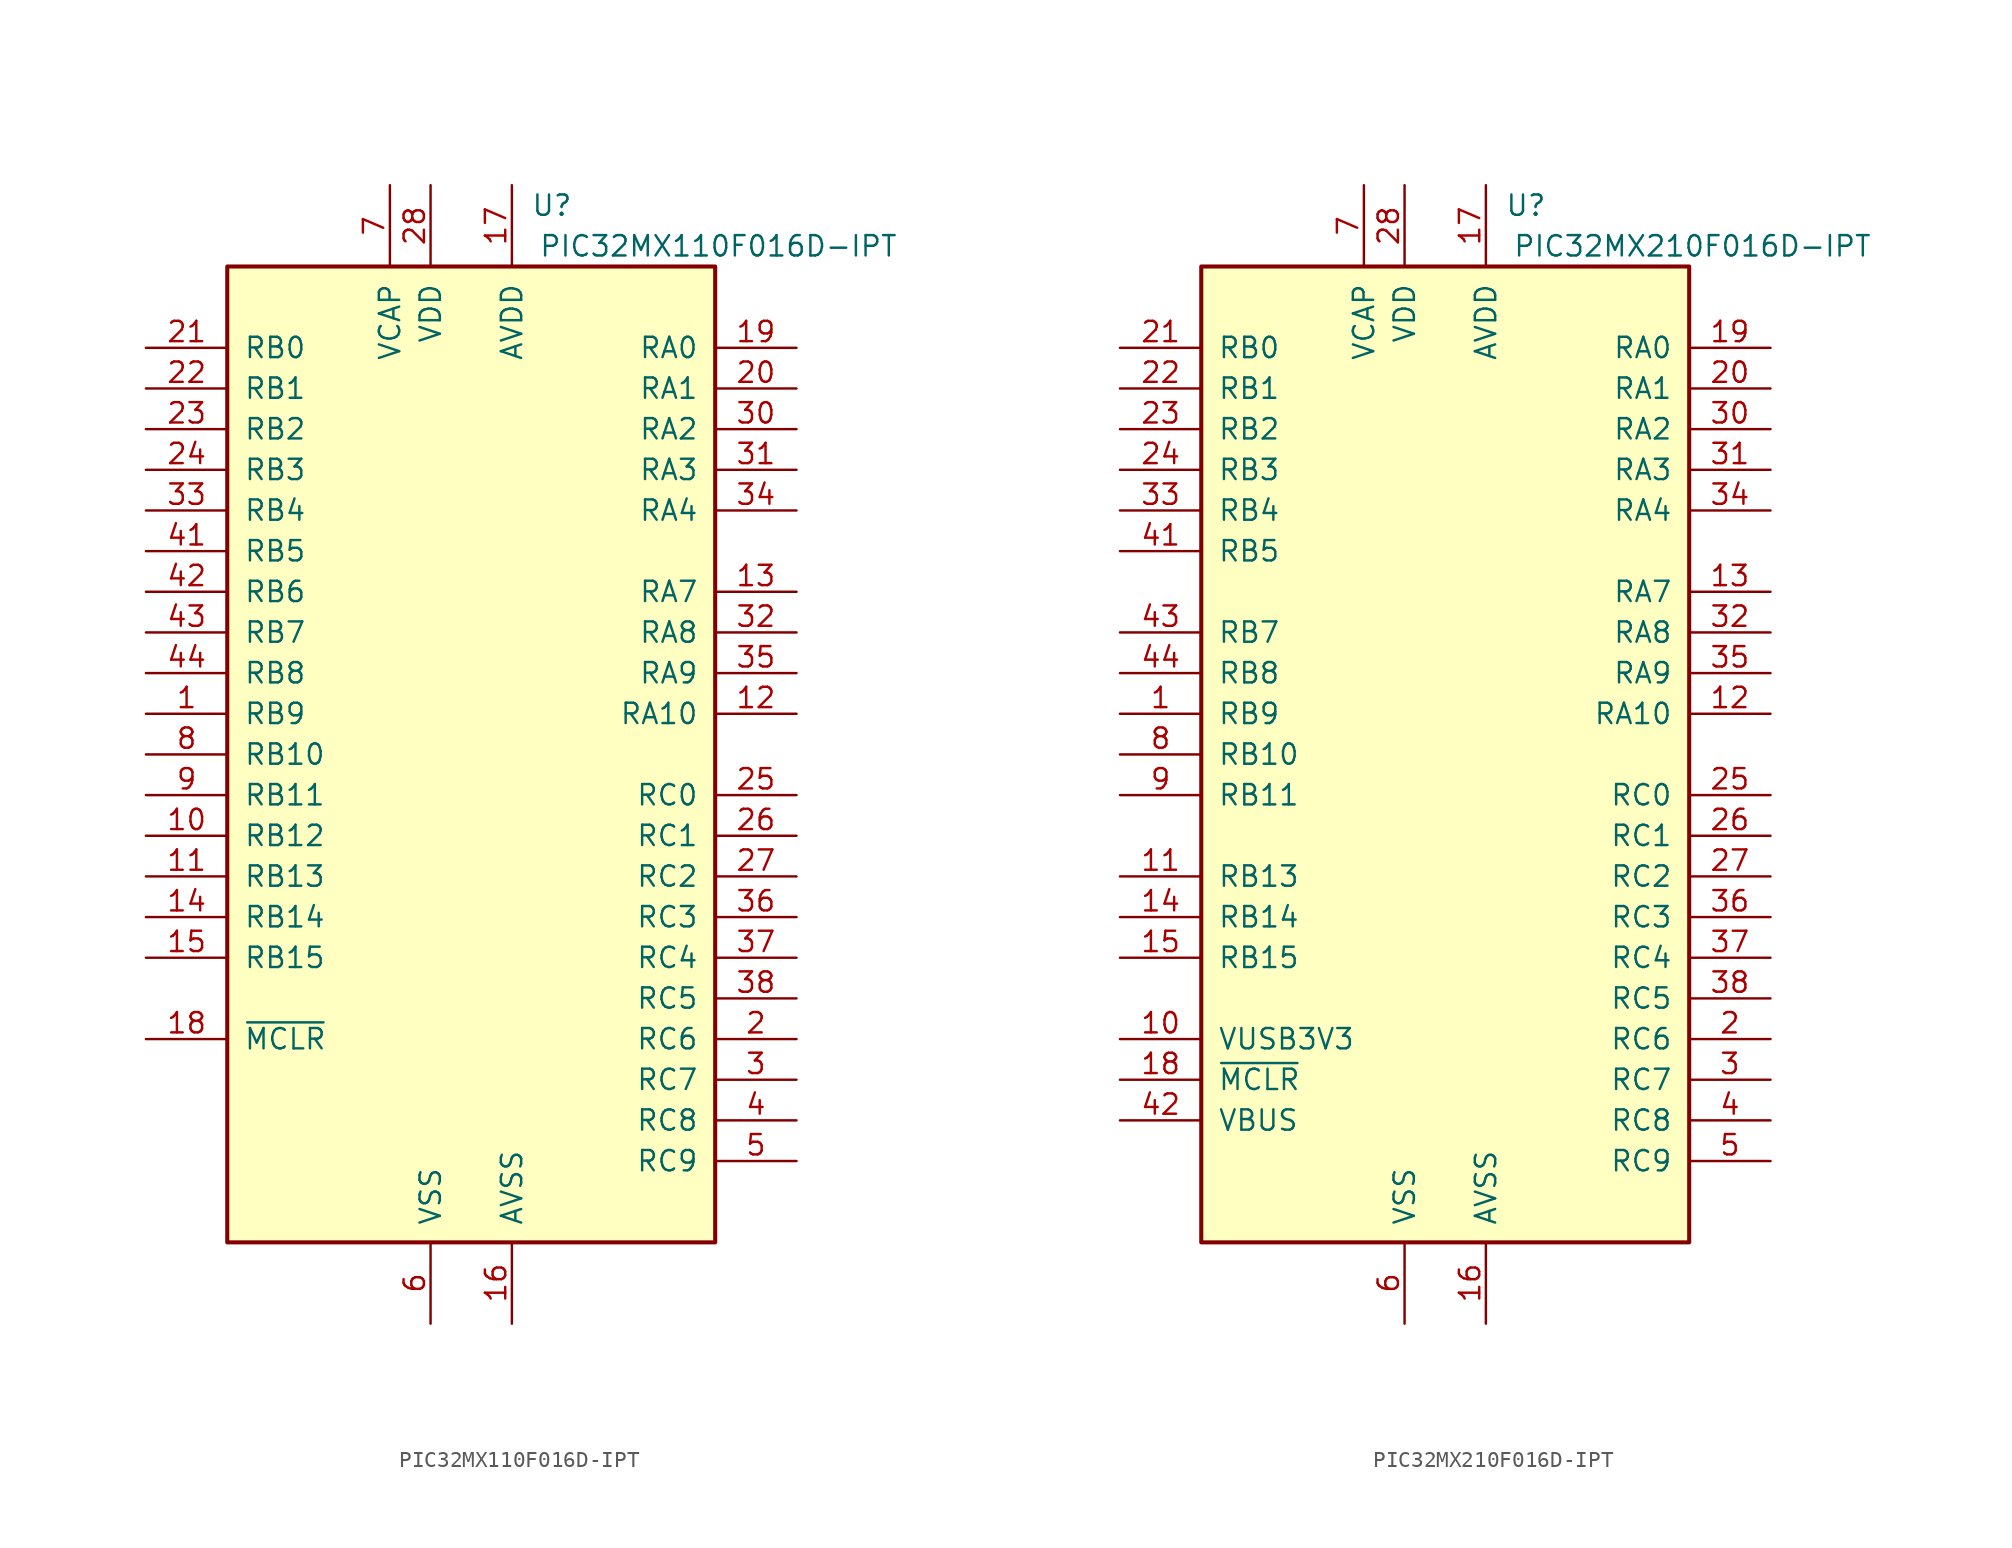
<source format=kicad_sym>
(kicad_symbol_lib
  (version 20211014)
  (generator kicad_symbol_editor)
  (symbol "PIC32MX110F016D-IPT"
    (pin_names
      (offset 1.016))
    (property "Reference" "U"
      (at 6.35 34.29 0)
      (effects (font (size 1.27 1.27)) (justify right)))
    (property "Value" "PIC32MX110F016D-IPT"
      (at 26.67 31.75 0)
      (effects (font (size 1.27 1.27)) (justify right)))
    (symbol "PIC32MX110F016D-IPT_0_1"
      (rectangle (start -15.24 30.48) (end 15.24 -30.48) (stroke (width 0.254) (type default) (color 0 0 0 0)) (fill (type background))))
    (symbol "PIC32MX110F016D-IPT_1_1"
      (pin bidirectional line (at -20.32 2.54 0) (length 5.08) (name "RB9" (effects (font (size 1.27 1.27)))) (number "1" (effects (font (size 1.27 1.27)))))
      (pin bidirectional line (at -20.32 -5.08 0) (length 5.08) (name "RB12" (effects (font (size 1.27 1.27)))) (number "10" (effects (font (size 1.27 1.27)))))
      (pin bidirectional line (at -20.32 -7.62 0) (length 5.08) (name "RB13" (effects (font (size 1.27 1.27)))) (number "11" (effects (font (size 1.27 1.27)))))
      (pin bidirectional line (at 20.32 2.54 180) (length 5.08) (name "RA10" (effects (font (size 1.27 1.27)))) (number "12" (effects (font (size 1.27 1.27)))))
      (pin bidirectional line (at 20.32 10.16 180) (length 5.08) (name "RA7" (effects (font (size 1.27 1.27)))) (number "13" (effects (font (size 1.27 1.27)))))
      (pin bidirectional line (at -20.32 -10.16 0) (length 5.08) (name "RB14" (effects (font (size 1.27 1.27)))) (number "14" (effects (font (size 1.27 1.27)))))
      (pin bidirectional line (at -20.32 -12.7 0) (length 5.08) (name "RB15" (effects (font (size 1.27 1.27)))) (number "15" (effects (font (size 1.27 1.27)))))
      (pin power_in line (at 2.54 -35.56 90) (length 5.08) (name "AVSS" (effects (font (size 1.27 1.27)))) (number "16" (effects (font (size 1.27 1.27)))))
      (pin power_in line (at 2.54 35.56 270) (length 5.08) (name "AVDD" (effects (font (size 1.27 1.27)))) (number "17" (effects (font (size 1.27 1.27)))))
      (pin input line (at -20.32 -17.78 0) (length 5.08) (name "~{MCLR}" (effects (font (size 1.27 1.27)))) (number "18" (effects (font (size 1.27 1.27)))))
      (pin input line (at 20.32 25.4 180) (length 5.08) (name "RA0" (effects (font (size 1.27 1.27)))) (number "19" (effects (font (size 1.27 1.27)))))
      (pin bidirectional line (at 20.32 -17.78 180) (length 5.08) (name "RC6" (effects (font (size 1.27 1.27)))) (number "2" (effects (font (size 1.27 1.27)))))
      (pin input line (at 20.32 22.86 180) (length 5.08) (name "RA1" (effects (font (size 1.27 1.27)))) (number "20" (effects (font (size 1.27 1.27)))))
      (pin input line (at -20.32 25.4 0) (length 5.08) (name "RB0" (effects (font (size 1.27 1.27)))) (number "21" (effects (font (size 1.27 1.27)))))
      (pin input line (at -20.32 22.86 0) (length 5.08) (name "RB1" (effects (font (size 1.27 1.27)))) (number "22" (effects (font (size 1.27 1.27)))))
      (pin input line (at -20.32 20.32 0) (length 5.08) (name "RB2" (effects (font (size 1.27 1.27)))) (number "23" (effects (font (size 1.27 1.27)))))
      (pin input line (at -20.32 17.78 0) (length 5.08) (name "RB3" (effects (font (size 1.27 1.27)))) (number "24" (effects (font (size 1.27 1.27)))))
      (pin input line (at 20.32 -2.54 180) (length 5.08) (name "RC0" (effects (font (size 1.27 1.27)))) (number "25" (effects (font (size 1.27 1.27)))))
      (pin input line (at 20.32 -5.08 180) (length 5.08) (name "RC1" (effects (font (size 1.27 1.27)))) (number "26" (effects (font (size 1.27 1.27)))))
      (pin input line (at 20.32 -7.62 180) (length 5.08) (name "RC2" (effects (font (size 1.27 1.27)))) (number "27" (effects (font (size 1.27 1.27)))))
      (pin power_in line (at -2.54 35.56 270) (length 5.08) (name "VDD" (effects (font (size 1.27 1.27)))) (number "28" (effects (font (size 1.27 1.27)))))
      (pin passive line (at -2.54 -35.56 90) (length 5.08) hide (name "VSS" (effects (font (size 1.27 1.27)))) (number "29" (effects (font (size 1.27 1.27)))))
      (pin bidirectional line (at 20.32 -20.32 180) (length 5.08) (name "RC7" (effects (font (size 1.27 1.27)))) (number "3" (effects (font (size 1.27 1.27)))))
      (pin input line (at 20.32 20.32 180) (length 5.08) (name "RA2" (effects (font (size 1.27 1.27)))) (number "30" (effects (font (size 1.27 1.27)))))
      (pin input line (at 20.32 17.78 180) (length 5.08) (name "RA3" (effects (font (size 1.27 1.27)))) (number "31" (effects (font (size 1.27 1.27)))))
      (pin input line (at 20.32 7.62 180) (length 5.08) (name "RA8" (effects (font (size 1.27 1.27)))) (number "32" (effects (font (size 1.27 1.27)))))
      (pin input line (at -20.32 15.24 0) (length 5.08) (name "RB4" (effects (font (size 1.27 1.27)))) (number "33" (effects (font (size 1.27 1.27)))))
      (pin input line (at 20.32 15.24 180) (length 5.08) (name "RA4" (effects (font (size 1.27 1.27)))) (number "34" (effects (font (size 1.27 1.27)))))
      (pin input line (at 20.32 5.08 180) (length 5.08) (name "RA9" (effects (font (size 1.27 1.27)))) (number "35" (effects (font (size 1.27 1.27)))))
      (pin input line (at 20.32 -10.16 180) (length 5.08) (name "RC3" (effects (font (size 1.27 1.27)))) (number "36" (effects (font (size 1.27 1.27)))))
      (pin input line (at 20.32 -12.7 180) (length 5.08) (name "RC4" (effects (font (size 1.27 1.27)))) (number "37" (effects (font (size 1.27 1.27)))))
      (pin input line (at 20.32 -15.24 180) (length 5.08) (name "RC5" (effects (font (size 1.27 1.27)))) (number "38" (effects (font (size 1.27 1.27)))))
      (pin passive line (at -2.54 -35.56 90) (length 5.08) hide (name "VSS" (effects (font (size 1.27 1.27)))) (number "39" (effects (font (size 1.27 1.27)))))
      (pin bidirectional line (at 20.32 -22.86 180) (length 5.08) (name "RC8" (effects (font (size 1.27 1.27)))) (number "4" (effects (font (size 1.27 1.27)))))
      (pin passive line (at -2.54 35.56 270) (length 5.08) hide (name "VDD" (effects (font (size 1.27 1.27)))) (number "40" (effects (font (size 1.27 1.27)))))
      (pin input line (at -20.32 12.7 0) (length 5.08) (name "RB5" (effects (font (size 1.27 1.27)))) (number "41" (effects (font (size 1.27 1.27)))))
      (pin input line (at -20.32 10.16 0) (length 5.08) (name "RB6" (effects (font (size 1.27 1.27)))) (number "42" (effects (font (size 1.27 1.27)))))
      (pin input line (at -20.32 7.62 0) (length 5.08) (name "RB7" (effects (font (size 1.27 1.27)))) (number "43" (effects (font (size 1.27 1.27)))))
      (pin input line (at -20.32 5.08 0) (length 5.08) (name "RB8" (effects (font (size 1.27 1.27)))) (number "44" (effects (font (size 1.27 1.27)))))
      (pin bidirectional line (at 20.32 -25.4 180) (length 5.08) (name "RC9" (effects (font (size 1.27 1.27)))) (number "5" (effects (font (size 1.27 1.27)))))
      (pin power_in line (at -2.54 -35.56 90) (length 5.08) (name "VSS" (effects (font (size 1.27 1.27)))) (number "6" (effects (font (size 1.27 1.27)))))
      (pin power_in line (at -5.08 35.56 270) (length 5.08) (name "VCAP" (effects (font (size 1.27 1.27)))) (number "7" (effects (font (size 1.27 1.27)))))
      (pin bidirectional line (at -20.32 0 0) (length 5.08) (name "RB10" (effects (font (size 1.27 1.27)))) (number "8" (effects (font (size 1.27 1.27)))))
      (pin bidirectional line (at -20.32 -2.54 0) (length 5.08) (name "RB11" (effects (font (size 1.27 1.27)))) (number "9" (effects (font (size 1.27 1.27)))))))
  (symbol "PIC32MX210F016D-IPT"
    (pin_names
      (offset 1.016))
    (property "Reference" "U"
      (at 6.35 34.29 0)
      (effects (font (size 1.27 1.27)) (justify right)))
    (property "Value" "PIC32MX210F016D-IPT"
      (at 26.67 31.75 0)
      (effects (font (size 1.27 1.27)) (justify right)))
    (symbol "PIC32MX210F016D-IPT_0_1"
      (rectangle (start -15.24 30.48) (end 15.24 -30.48) (stroke (width 0.254) (type default) (color 0 0 0 0)) (fill (type background))))
    (symbol "PIC32MX210F016D-IPT_1_1"
      (pin bidirectional line (at -20.32 2.54 0) (length 5.08) (name "RB9" (effects (font (size 1.27 1.27)))) (number "1" (effects (font (size 1.27 1.27)))))
      (pin bidirectional line (at -20.32 -17.78 0) (length 5.08) (name "VUSB3V3" (effects (font (size 1.27 1.27)))) (number "10" (effects (font (size 1.27 1.27)))))
      (pin bidirectional line (at -20.32 -7.62 0) (length 5.08) (name "RB13" (effects (font (size 1.27 1.27)))) (number "11" (effects (font (size 1.27 1.27)))))
      (pin bidirectional line (at 20.32 2.54 180) (length 5.08) (name "RA10" (effects (font (size 1.27 1.27)))) (number "12" (effects (font (size 1.27 1.27)))))
      (pin bidirectional line (at 20.32 10.16 180) (length 5.08) (name "RA7" (effects (font (size 1.27 1.27)))) (number "13" (effects (font (size 1.27 1.27)))))
      (pin bidirectional line (at -20.32 -10.16 0) (length 5.08) (name "RB14" (effects (font (size 1.27 1.27)))) (number "14" (effects (font (size 1.27 1.27)))))
      (pin bidirectional line (at -20.32 -12.7 0) (length 5.08) (name "RB15" (effects (font (size 1.27 1.27)))) (number "15" (effects (font (size 1.27 1.27)))))
      (pin power_in line (at 2.54 -35.56 90) (length 5.08) (name "AVSS" (effects (font (size 1.27 1.27)))) (number "16" (effects (font (size 1.27 1.27)))))
      (pin power_in line (at 2.54 35.56 270) (length 5.08) (name "AVDD" (effects (font (size 1.27 1.27)))) (number "17" (effects (font (size 1.27 1.27)))))
      (pin input line (at -20.32 -20.32 0) (length 5.08) (name "~{MCLR}" (effects (font (size 1.27 1.27)))) (number "18" (effects (font (size 1.27 1.27)))))
      (pin input line (at 20.32 25.4 180) (length 5.08) (name "RA0" (effects (font (size 1.27 1.27)))) (number "19" (effects (font (size 1.27 1.27)))))
      (pin bidirectional line (at 20.32 -17.78 180) (length 5.08) (name "RC6" (effects (font (size 1.27 1.27)))) (number "2" (effects (font (size 1.27 1.27)))))
      (pin input line (at 20.32 22.86 180) (length 5.08) (name "RA1" (effects (font (size 1.27 1.27)))) (number "20" (effects (font (size 1.27 1.27)))))
      (pin input line (at -20.32 25.4 0) (length 5.08) (name "RB0" (effects (font (size 1.27 1.27)))) (number "21" (effects (font (size 1.27 1.27)))))
      (pin input line (at -20.32 22.86 0) (length 5.08) (name "RB1" (effects (font (size 1.27 1.27)))) (number "22" (effects (font (size 1.27 1.27)))))
      (pin input line (at -20.32 20.32 0) (length 5.08) (name "RB2" (effects (font (size 1.27 1.27)))) (number "23" (effects (font (size 1.27 1.27)))))
      (pin input line (at -20.32 17.78 0) (length 5.08) (name "RB3" (effects (font (size 1.27 1.27)))) (number "24" (effects (font (size 1.27 1.27)))))
      (pin input line (at 20.32 -2.54 180) (length 5.08) (name "RC0" (effects (font (size 1.27 1.27)))) (number "25" (effects (font (size 1.27 1.27)))))
      (pin input line (at 20.32 -5.08 180) (length 5.08) (name "RC1" (effects (font (size 1.27 1.27)))) (number "26" (effects (font (size 1.27 1.27)))))
      (pin input line (at 20.32 -7.62 180) (length 5.08) (name "RC2" (effects (font (size 1.27 1.27)))) (number "27" (effects (font (size 1.27 1.27)))))
      (pin power_in line (at -2.54 35.56 270) (length 5.08) (name "VDD" (effects (font (size 1.27 1.27)))) (number "28" (effects (font (size 1.27 1.27)))))
      (pin passive line (at -2.54 -35.56 90) (length 5.08) hide (name "VSS" (effects (font (size 1.27 1.27)))) (number "29" (effects (font (size 1.27 1.27)))))
      (pin bidirectional line (at 20.32 -20.32 180) (length 5.08) (name "RC7" (effects (font (size 1.27 1.27)))) (number "3" (effects (font (size 1.27 1.27)))))
      (pin input line (at 20.32 20.32 180) (length 5.08) (name "RA2" (effects (font (size 1.27 1.27)))) (number "30" (effects (font (size 1.27 1.27)))))
      (pin input line (at 20.32 17.78 180) (length 5.08) (name "RA3" (effects (font (size 1.27 1.27)))) (number "31" (effects (font (size 1.27 1.27)))))
      (pin input line (at 20.32 7.62 180) (length 5.08) (name "RA8" (effects (font (size 1.27 1.27)))) (number "32" (effects (font (size 1.27 1.27)))))
      (pin input line (at -20.32 15.24 0) (length 5.08) (name "RB4" (effects (font (size 1.27 1.27)))) (number "33" (effects (font (size 1.27 1.27)))))
      (pin input line (at 20.32 15.24 180) (length 5.08) (name "RA4" (effects (font (size 1.27 1.27)))) (number "34" (effects (font (size 1.27 1.27)))))
      (pin input line (at 20.32 5.08 180) (length 5.08) (name "RA9" (effects (font (size 1.27 1.27)))) (number "35" (effects (font (size 1.27 1.27)))))
      (pin input line (at 20.32 -10.16 180) (length 5.08) (name "RC3" (effects (font (size 1.27 1.27)))) (number "36" (effects (font (size 1.27 1.27)))))
      (pin input line (at 20.32 -12.7 180) (length 5.08) (name "RC4" (effects (font (size 1.27 1.27)))) (number "37" (effects (font (size 1.27 1.27)))))
      (pin input line (at 20.32 -15.24 180) (length 5.08) (name "RC5" (effects (font (size 1.27 1.27)))) (number "38" (effects (font (size 1.27 1.27)))))
      (pin passive line (at -2.54 -35.56 90) (length 5.08) hide (name "VSS" (effects (font (size 1.27 1.27)))) (number "39" (effects (font (size 1.27 1.27)))))
      (pin bidirectional line (at 20.32 -22.86 180) (length 5.08) (name "RC8" (effects (font (size 1.27 1.27)))) (number "4" (effects (font (size 1.27 1.27)))))
      (pin passive line (at -2.54 35.56 270) (length 5.08) hide (name "VDD" (effects (font (size 1.27 1.27)))) (number "40" (effects (font (size 1.27 1.27)))))
      (pin input line (at -20.32 12.7 0) (length 5.08) (name "RB5" (effects (font (size 1.27 1.27)))) (number "41" (effects (font (size 1.27 1.27)))))
      (pin input line (at -20.32 -22.86 0) (length 5.08) (name "VBUS" (effects (font (size 1.27 1.27)))) (number "42" (effects (font (size 1.27 1.27)))))
      (pin input line (at -20.32 7.62 0) (length 5.08) (name "RB7" (effects (font (size 1.27 1.27)))) (number "43" (effects (font (size 1.27 1.27)))))
      (pin input line (at -20.32 5.08 0) (length 5.08) (name "RB8" (effects (font (size 1.27 1.27)))) (number "44" (effects (font (size 1.27 1.27)))))
      (pin bidirectional line (at 20.32 -25.4 180) (length 5.08) (name "RC9" (effects (font (size 1.27 1.27)))) (number "5" (effects (font (size 1.27 1.27)))))
      (pin power_in line (at -2.54 -35.56 90) (length 5.08) (name "VSS" (effects (font (size 1.27 1.27)))) (number "6" (effects (font (size 1.27 1.27)))))
      (pin power_in line (at -5.08 35.56 270) (length 5.08) (name "VCAP" (effects (font (size 1.27 1.27)))) (number "7" (effects (font (size 1.27 1.27)))))
      (pin bidirectional line (at -20.32 0 0) (length 5.08) (name "RB10" (effects (font (size 1.27 1.27)))) (number "8" (effects (font (size 1.27 1.27)))))
      (pin bidirectional line (at -20.32 -2.54 0) (length 5.08) (name "RB11" (effects (font (size 1.27 1.27)))) (number "9" (effects (font (size 1.27 1.27))))))))
</source>
